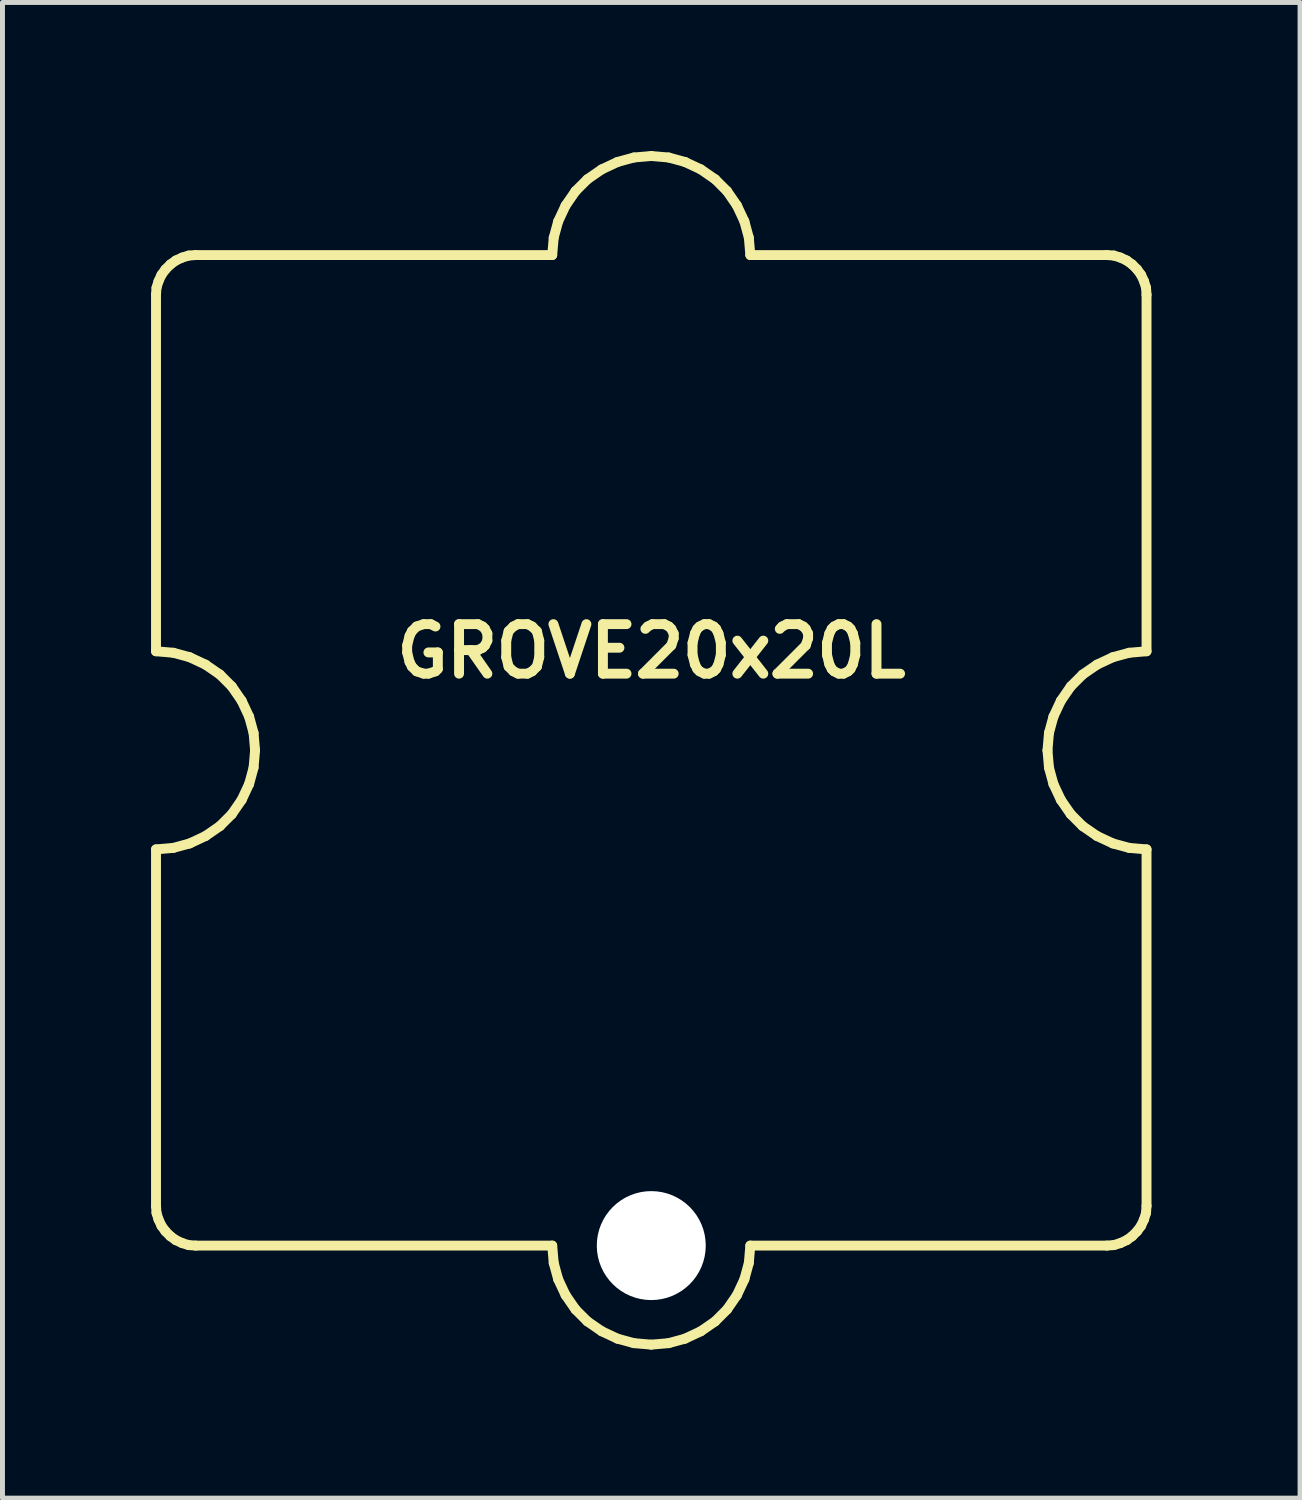
<source format=kicad_pcb>
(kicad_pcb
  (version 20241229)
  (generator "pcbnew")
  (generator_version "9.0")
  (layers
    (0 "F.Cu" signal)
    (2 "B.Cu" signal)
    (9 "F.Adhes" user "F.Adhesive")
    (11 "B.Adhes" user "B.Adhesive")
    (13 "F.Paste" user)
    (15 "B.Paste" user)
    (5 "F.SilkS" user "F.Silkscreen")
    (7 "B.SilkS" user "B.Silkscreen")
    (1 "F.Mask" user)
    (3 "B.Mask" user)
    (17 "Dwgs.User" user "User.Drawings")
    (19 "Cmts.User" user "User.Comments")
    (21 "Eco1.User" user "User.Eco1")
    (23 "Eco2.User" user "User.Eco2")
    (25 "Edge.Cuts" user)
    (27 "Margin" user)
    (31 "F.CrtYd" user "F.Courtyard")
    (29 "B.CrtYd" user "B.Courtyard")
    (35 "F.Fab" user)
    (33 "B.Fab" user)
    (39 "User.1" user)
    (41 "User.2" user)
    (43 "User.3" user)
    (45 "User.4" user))
  (footprint "GROVE20x20L"
    (layer "F.Cu")
    (at 10.1 12.1)
    (property "Reference" "GROVE20x20L" (at 0 -2 0) (layer "F.SilkS") (effects (font (size 1 1) (thickness 0.2))))
    (attr through_hole)
    (fp_line (start -10 -9.2) (end -9.99 -9.34) (stroke (width 0.2) (type solid)) (layer "F.SilkS"))
    (fp_line (start -10 -2) (end -10 -9.2) (stroke (width 0.2) (type solid)) (layer "F.SilkS"))
    (fp_line (start -10 2) (end -9.65 1.97) (stroke (width 0.2) (type solid)) (layer "F.SilkS"))
    (fp_line (start -10 9.2) (end -10 2) (stroke (width 0.2) (type solid)) (layer "F.SilkS"))
    (fp_line (start -9.99 -9.34) (end -9.95 -9.47) (stroke (width 0.2) (type solid)) (layer "F.SilkS"))
    (fp_line (start -9.99 9.34) (end -10 9.2) (stroke (width 0.2) (type solid)) (layer "F.SilkS"))
    (fp_line (start -9.95 -9.47) (end -9.89 -9.6) (stroke (width 0.2) (type solid)) (layer "F.SilkS"))
    (fp_line (start -9.95 9.47) (end -9.99 9.34) (stroke (width 0.2) (type solid)) (layer "F.SilkS"))
    (fp_line (start -9.89 -9.6) (end -9.81 -9.71) (stroke (width 0.2) (type solid)) (layer "F.SilkS"))
    (fp_line (start -9.89 9.6) (end -9.95 9.47) (stroke (width 0.2) (type solid)) (layer "F.SilkS"))
    (fp_line (start -9.81 -9.71) (end -9.71 -9.81) (stroke (width 0.2) (type solid)) (layer "F.SilkS"))
    (fp_line (start -9.81 9.71) (end -9.89 9.6) (stroke (width 0.2) (type solid)) (layer "F.SilkS"))
    (fp_line (start -9.71 -9.81) (end -9.6 -9.89) (stroke (width 0.2) (type solid)) (layer "F.SilkS"))
    (fp_line (start -9.71 9.81) (end -9.81 9.71) (stroke (width 0.2) (type solid)) (layer "F.SilkS"))
    (fp_line (start -9.65 -1.97) (end -10 -2) (stroke (width 0.2) (type solid)) (layer "F.SilkS"))
    (fp_line (start -9.65 1.97) (end -9.32 1.88) (stroke (width 0.2) (type solid)) (layer "F.SilkS"))
    (fp_line (start -9.6 -9.89) (end -9.47 -9.95) (stroke (width 0.2) (type solid)) (layer "F.SilkS"))
    (fp_line (start -9.6 9.89) (end -9.71 9.81) (stroke (width 0.2) (type solid)) (layer "F.SilkS"))
    (fp_line (start -9.47 -9.95) (end -9.34 -9.99) (stroke (width 0.2) (type solid)) (layer "F.SilkS"))
    (fp_line (start -9.47 9.95) (end -9.6 9.89) (stroke (width 0.2) (type solid)) (layer "F.SilkS"))
    (fp_line (start -9.34 -9.99) (end -9.2 -10) (stroke (width 0.2) (type solid)) (layer "F.SilkS"))
    (fp_line (start -9.34 9.99) (end -9.47 9.95) (stroke (width 0.2) (type solid)) (layer "F.SilkS"))
    (fp_line (start -9.32 -1.88) (end -9.65 -1.97) (stroke (width 0.2) (type solid)) (layer "F.SilkS"))
    (fp_line (start -9.32 1.88) (end -9 1.73) (stroke (width 0.2) (type solid)) (layer "F.SilkS"))
    (fp_line (start -9.2 -10) (end -2 -10) (stroke (width 0.2) (type solid)) (layer "F.SilkS"))
    (fp_line (start -9.2 10) (end -9.34 9.99) (stroke (width 0.2) (type solid)) (layer "F.SilkS"))
    (fp_line (start -9 -1.73) (end -9.32 -1.88) (stroke (width 0.2) (type solid)) (layer "F.SilkS"))
    (fp_line (start -9 1.73) (end -8.71 1.53) (stroke (width 0.2) (type solid)) (layer "F.SilkS"))
    (fp_line (start -8.71 -1.53) (end -9 -1.73) (stroke (width 0.2) (type solid)) (layer "F.SilkS"))
    (fp_line (start -8.71 1.53) (end -8.47 1.29) (stroke (width 0.2) (type solid)) (layer "F.SilkS"))
    (fp_line (start -8.47 -1.29) (end -8.71 -1.53) (stroke (width 0.2) (type solid)) (layer "F.SilkS"))
    (fp_line (start -8.47 1.29) (end -8.27 1) (stroke (width 0.2) (type solid)) (layer "F.SilkS"))
    (fp_line (start -8.27 -1) (end -8.47 -1.29) (stroke (width 0.2) (type solid)) (layer "F.SilkS"))
    (fp_line (start -8.27 1) (end -8.12 0.68) (stroke (width 0.2) (type solid)) (layer "F.SilkS"))
    (fp_line (start -8.12 -0.68) (end -8.27 -1) (stroke (width 0.2) (type solid)) (layer "F.SilkS"))
    (fp_line (start -8.12 0.68) (end -8.03 0.35) (stroke (width 0.2) (type solid)) (layer "F.SilkS"))
    (fp_line (start -8.03 -0.35) (end -8.12 -0.68) (stroke (width 0.2) (type solid)) (layer "F.SilkS"))
    (fp_line (start -8.03 0.35) (end -8 0) (stroke (width 0.2) (type solid)) (layer "F.SilkS"))
    (fp_line (start -8 0) (end -8.03 -0.35) (stroke (width 0.2) (type solid)) (layer "F.SilkS"))
    (fp_line (start -2 -10) (end -1.97 -10.35) (stroke (width 0.2) (type solid)) (layer "F.SilkS"))
    (fp_line (start -2 10) (end -9.2 10) (stroke (width 0.2) (type solid)) (layer "F.SilkS"))
    (fp_line (start -1.97 -10.35) (end -1.88 -10.68) (stroke (width 0.2) (type solid)) (layer "F.SilkS"))
    (fp_line (start -1.97 10.35) (end -2 10) (stroke (width 0.2) (type solid)) (layer "F.SilkS"))
    (fp_line (start -1.88 -10.68) (end -1.73 -11) (stroke (width 0.2) (type solid)) (layer "F.SilkS"))
    (fp_line (start -1.88 10.68) (end -1.97 10.35) (stroke (width 0.2) (type solid)) (layer "F.SilkS"))
    (fp_line (start -1.73 -11) (end -1.53 -11.29) (stroke (width 0.2) (type solid)) (layer "F.SilkS"))
    (fp_line (start -1.73 11) (end -1.88 10.68) (stroke (width 0.2) (type solid)) (layer "F.SilkS"))
    (fp_line (start -1.53 -11.29) (end -1.29 -11.53) (stroke (width 0.2) (type solid)) (layer "F.SilkS"))
    (fp_line (start -1.53 11.29) (end -1.73 11) (stroke (width 0.2) (type solid)) (layer "F.SilkS"))
    (fp_line (start -1.29 -11.53) (end -1 -11.73) (stroke (width 0.2) (type solid)) (layer "F.SilkS"))
    (fp_line (start -1.29 11.53) (end -1.53 11.29) (stroke (width 0.2) (type solid)) (layer "F.SilkS"))
    (fp_line (start -1 -11.73) (end -0.68 -11.88) (stroke (width 0.2) (type solid)) (layer "F.SilkS"))
    (fp_line (start -1 11.73) (end -1.29 11.53) (stroke (width 0.2) (type solid)) (layer "F.SilkS"))
    (fp_line (start -0.68 -11.88) (end -0.35 -11.97) (stroke (width 0.2) (type solid)) (layer "F.SilkS"))
    (fp_line (start -0.68 11.88) (end -1 11.73) (stroke (width 0.2) (type solid)) (layer "F.SilkS"))
    (fp_line (start -0.35 -11.97) (end 0 -12) (stroke (width 0.2) (type solid)) (layer "F.SilkS"))
    (fp_line (start -0.35 11.97) (end -0.68 11.88) (stroke (width 0.2) (type solid)) (layer "F.SilkS"))
    (fp_line (start 0 -12) (end 0.35 -11.97) (stroke (width 0.2) (type solid)) (layer "F.SilkS"))
    (fp_line (start 0 12) (end -0.35 11.97) (stroke (width 0.2) (type solid)) (layer "F.SilkS"))
    (fp_line (start 0.35 -11.97) (end 0.68 -11.88) (stroke (width 0.2) (type solid)) (layer "F.SilkS"))
    (fp_line (start 0.35 11.97) (end 0 12) (stroke (width 0.2) (type solid)) (layer "F.SilkS"))
    (fp_line (start 0.68 -11.88) (end 1 -11.73) (stroke (width 0.2) (type solid)) (layer "F.SilkS"))
    (fp_line (start 0.68 11.88) (end 0.35 11.97) (stroke (width 0.2) (type solid)) (layer "F.SilkS"))
    (fp_line (start 1 -11.73) (end 1.29 -11.53) (stroke (width 0.2) (type solid)) (layer "F.SilkS"))
    (fp_line (start 1 11.73) (end 0.68 11.88) (stroke (width 0.2) (type solid)) (layer "F.SilkS"))
    (fp_line (start 1.29 -11.53) (end 1.53 -11.29) (stroke (width 0.2) (type solid)) (layer "F.SilkS"))
    (fp_line (start 1.29 11.53) (end 1 11.73) (stroke (width 0.2) (type solid)) (layer "F.SilkS"))
    (fp_line (start 1.53 -11.29) (end 1.73 -11) (stroke (width 0.2) (type solid)) (layer "F.SilkS"))
    (fp_line (start 1.53 11.29) (end 1.29 11.53) (stroke (width 0.2) (type solid)) (layer "F.SilkS"))
    (fp_line (start 1.73 -11) (end 1.88 -10.68) (stroke (width 0.2) (type solid)) (layer "F.SilkS"))
    (fp_line (start 1.73 11) (end 1.53 11.29) (stroke (width 0.2) (type solid)) (layer "F.SilkS"))
    (fp_line (start 1.88 -10.68) (end 1.97 -10.35) (stroke (width 0.2) (type solid)) (layer "F.SilkS"))
    (fp_line (start 1.88 10.68) (end 1.73 11) (stroke (width 0.2) (type solid)) (layer "F.SilkS"))
    (fp_line (start 1.97 -10.35) (end 2 -10) (stroke (width 0.2) (type solid)) (layer "F.SilkS"))
    (fp_line (start 1.97 10.35) (end 1.88 10.68) (stroke (width 0.2) (type solid)) (layer "F.SilkS"))
    (fp_line (start 2 -10) (end 9.2 -10) (stroke (width 0.2) (type solid)) (layer "F.SilkS"))
    (fp_line (start 2 10) (end 1.97 10.35) (stroke (width 0.2) (type solid)) (layer "F.SilkS"))
    (fp_line (start 8 0) (end 8.03 0.35) (stroke (width 0.2) (type solid)) (layer "F.SilkS"))
    (fp_line (start 8.03 -0.35) (end 8 0) (stroke (width 0.2) (type solid)) (layer "F.SilkS"))
    (fp_line (start 8.03 0.35) (end 8.12 0.68) (stroke (width 0.2) (type solid)) (layer "F.SilkS"))
    (fp_line (start 8.12 -0.68) (end 8.03 -0.35) (stroke (width 0.2) (type solid)) (layer "F.SilkS"))
    (fp_line (start 8.12 0.68) (end 8.27 1) (stroke (width 0.2) (type solid)) (layer "F.SilkS"))
    (fp_line (start 8.27 -1) (end 8.12 -0.68) (stroke (width 0.2) (type solid)) (layer "F.SilkS"))
    (fp_line (start 8.27 1) (end 8.47 1.29) (stroke (width 0.2) (type solid)) (layer "F.SilkS"))
    (fp_line (start 8.47 -1.29) (end 8.27 -1) (stroke (width 0.2) (type solid)) (layer "F.SilkS"))
    (fp_line (start 8.47 1.29) (end 8.71 1.53) (stroke (width 0.2) (type solid)) (layer "F.SilkS"))
    (fp_line (start 8.71 -1.53) (end 8.47 -1.29) (stroke (width 0.2) (type solid)) (layer "F.SilkS"))
    (fp_line (start 8.71 1.53) (end 9 1.73) (stroke (width 0.2) (type solid)) (layer "F.SilkS"))
    (fp_line (start 9 -1.73) (end 8.71 -1.53) (stroke (width 0.2) (type solid)) (layer "F.SilkS"))
    (fp_line (start 9 1.73) (end 9.32 1.88) (stroke (width 0.2) (type solid)) (layer "F.SilkS"))
    (fp_line (start 9.2 -10) (end 9.34 -9.99) (stroke (width 0.2) (type solid)) (layer "F.SilkS"))
    (fp_line (start 9.2 10) (end 2 10) (stroke (width 0.2) (type solid)) (layer "F.SilkS"))
    (fp_line (start 9.32 -1.88) (end 9 -1.73) (stroke (width 0.2) (type solid)) (layer "F.SilkS"))
    (fp_line (start 9.32 1.88) (end 9.65 1.97) (stroke (width 0.2) (type solid)) (layer "F.SilkS"))
    (fp_line (start 9.34 -9.99) (end 9.47 -9.95) (stroke (width 0.2) (type solid)) (layer "F.SilkS"))
    (fp_line (start 9.34 9.99) (end 9.2 10) (stroke (width 0.2) (type solid)) (layer "F.SilkS"))
    (fp_line (start 9.47 -9.95) (end 9.6 -9.89) (stroke (width 0.2) (type solid)) (layer "F.SilkS"))
    (fp_line (start 9.47 9.95) (end 9.34 9.99) (stroke (width 0.2) (type solid)) (layer "F.SilkS"))
    (fp_line (start 9.6 -9.89) (end 9.71 -9.81) (stroke (width 0.2) (type solid)) (layer "F.SilkS"))
    (fp_line (start 9.6 9.89) (end 9.47 9.95) (stroke (width 0.2) (type solid)) (layer "F.SilkS"))
    (fp_line (start 9.65 -1.97) (end 9.32 -1.88) (stroke (width 0.2) (type solid)) (layer "F.SilkS"))
    (fp_line (start 9.65 1.97) (end 10 2) (stroke (width 0.2) (type solid)) (layer "F.SilkS"))
    (fp_line (start 9.71 -9.81) (end 9.81 -9.71) (stroke (width 0.2) (type solid)) (layer "F.SilkS"))
    (fp_line (start 9.71 9.81) (end 9.6 9.89) (stroke (width 0.2) (type solid)) (layer "F.SilkS"))
    (fp_line (start 9.81 -9.71) (end 9.89 -9.6) (stroke (width 0.2) (type solid)) (layer "F.SilkS"))
    (fp_line (start 9.81 9.71) (end 9.71 9.81) (stroke (width 0.2) (type solid)) (layer "F.SilkS"))
    (fp_line (start 9.89 -9.6) (end 9.95 -9.47) (stroke (width 0.2) (type solid)) (layer "F.SilkS"))
    (fp_line (start 9.89 9.6) (end 9.81 9.71) (stroke (width 0.2) (type solid)) (layer "F.SilkS"))
    (fp_line (start 9.95 -9.47) (end 9.99 -9.34) (stroke (width 0.2) (type solid)) (layer "F.SilkS"))
    (fp_line (start 9.95 9.47) (end 9.89 9.6) (stroke (width 0.2) (type solid)) (layer "F.SilkS"))
    (fp_line (start 9.99 -9.34) (end 10 -9.2) (stroke (width 0.2) (type solid)) (layer "F.SilkS"))
    (fp_line (start 9.99 9.34) (end 9.95 9.47) (stroke (width 0.2) (type solid)) (layer "F.SilkS"))
    (fp_line (start 10 -9.2) (end 10 -2) (stroke (width 0.2) (type solid)) (layer "F.SilkS"))
    (fp_line (start 10 -2) (end 9.65 -1.97) (stroke (width 0.2) (type solid)) (layer "F.SilkS"))
    (fp_line (start 10 2) (end 10 9.2) (stroke (width 0.2) (type solid)) (layer "F.SilkS"))
    (fp_line (start 10 9.2) (end 9.99 9.34) (stroke (width 0.2) (type solid)) (layer "F.SilkS"))
    (pad "" np_thru_hole circle (at 0 10) (size 2.2 2.2) (drill 2.2) (layers "*.Cu" "*.Mask")))
  (gr_rect
    (start -3 -3)
    (end 23.2 27.2)
    (stroke (width 0.1) (type default))
    (fill no)
    (layer "Edge.Cuts")))
</source>
